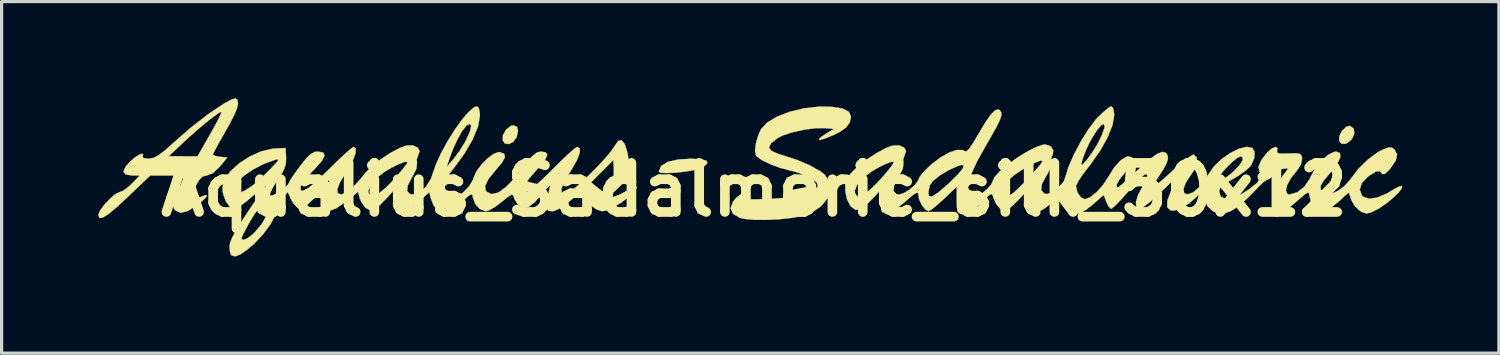
<source format=kicad_pcb>
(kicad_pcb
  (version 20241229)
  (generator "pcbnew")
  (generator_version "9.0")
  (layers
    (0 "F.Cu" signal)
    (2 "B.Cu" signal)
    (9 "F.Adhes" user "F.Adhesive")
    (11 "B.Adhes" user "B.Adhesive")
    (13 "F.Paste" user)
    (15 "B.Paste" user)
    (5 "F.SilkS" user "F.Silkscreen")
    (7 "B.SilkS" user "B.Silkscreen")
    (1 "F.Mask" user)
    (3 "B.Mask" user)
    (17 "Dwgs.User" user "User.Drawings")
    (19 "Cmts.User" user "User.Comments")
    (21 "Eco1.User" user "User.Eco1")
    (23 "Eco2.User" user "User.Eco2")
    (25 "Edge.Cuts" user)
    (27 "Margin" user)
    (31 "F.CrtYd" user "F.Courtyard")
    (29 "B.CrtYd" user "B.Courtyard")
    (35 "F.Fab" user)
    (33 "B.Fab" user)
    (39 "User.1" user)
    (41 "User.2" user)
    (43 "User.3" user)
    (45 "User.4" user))
  (footprint "Aqualius_Sadalmeric_silk_50x12"
    (layer "F.Cu")
    (at 20.369 2.843)
    (property "Reference" "Aqualius_Sadalmeric_silk_50x12" (at 0 0 0) (layer "F.SilkS") (effects (font (size 1.524 1.524) (thickness 0.3))))
    (attr through_hole)
    (fp_poly (pts (xy -7.361 -1.954) (xy -7.331 -1.82) (xy -7.375 -1.632) (xy -7.481 -1.492) (xy -7.614 -1.419) (xy -7.738 -1.438) (xy -7.806 -1.529) (xy -7.801 -1.692) (xy -7.705 -1.863) (xy -7.561 -1.98) (xy -7.478 -1.999) (xy -7.361 -1.954)) (stroke (width 0.01) (type solid)) (fill yes) (layer "F.SilkS"))
    (fp_poly (pts (xy 18.618 -1.902) (xy 18.643 -1.75) (xy 18.569 -1.578) (xy 18.545 -1.55) (xy 18.383 -1.428) (xy 18.244 -1.427) (xy 18.169 -1.519) (xy 18.175 -1.665) (xy 18.26 -1.828) (xy 18.384 -1.952) (xy 18.498 -1.985) (xy 18.618 -1.902)) (stroke (width 0.01) (type solid)) (fill yes) (layer "F.SilkS"))
    (fp_poly (pts (xy -1.649 -0.948) (xy -1.479 -0.902) (xy -1.451 -0.825) (xy -1.564 -0.716) (xy -1.587 -0.7) (xy -1.728 -0.644) (xy -1.951 -0.595) (xy -2.218 -0.554) (xy -2.49 -0.528) (xy -2.73 -0.518) (xy -2.9 -0.529) (xy -2.961 -0.563) (xy -2.888 -0.737) (xy -2.683 -0.864) (xy -2.354 -0.94) (xy -1.962 -0.963) (xy -1.649 -0.948)) (stroke (width 0.01) (type solid)) (fill yes) (layer "F.SilkS"))
    (fp_poly (pts (xy 2.417 -2.576) (xy 2.748 -2.521) (xy 2.943 -2.421) (xy 3.01 -2.269) (xy 2.971 -2.095) (xy 2.862 -1.938) (xy 2.656 -1.793) (xy 2.442 -1.689) (xy 2.187 -1.586) (xy 2.04 -1.547) (xy 2.009 -1.57) (xy 2.102 -1.653) (xy 2.24 -1.743) (xy 2.481 -1.888) (xy 2.222 -1.914) (xy 1.921 -1.913) (xy 1.563 -1.867) (xy 1.201 -1.788) (xy 0.892 -1.687) (xy 0.724 -1.602) (xy 0.523 -1.441) (xy 0.46 -1.312) (xy 0.539 -1.206) (xy 0.761 -1.109) (xy 0.866 -1.078) (xy 1.329 -0.928) (xy 1.74 -0.753) (xy 2.061 -0.571) (xy 2.19 -0.47) (xy 2.342 -0.245) (xy 2.367 0.007) (xy 2.279 0.264) (xy 2.09 0.501) (xy 1.813 0.695) (xy 1.508 0.81) (xy 1.181 0.872) (xy 0.794 0.914) (xy 0.391 0.935) (xy 0.015 0.933) (xy -0.29 0.906) (xy -0.444 0.871) (xy -0.657 0.744) (xy -0.729 0.575) (xy -0.659 0.375) (xy -0.564 0.261) (xy -0.419 0.144) (xy -0.286 0.079) (xy -0.197 0.07) (xy -0.184 0.124) (xy -0.23 0.195) (xy -0.262 0.247) (xy -0.241 0.279) (xy -0.145 0.296) (xy 0.047 0.298) (xy 0.357 0.29) (xy 0.521 0.284) (xy 1.058 0.243) (xy 1.483 0.168) (xy 1.786 0.062) (xy 1.956 -0.073) (xy 1.982 -0.127) (xy 1.943 -0.23) (xy 1.79 -0.348) (xy 1.553 -0.464) (xy 1.265 -0.563) (xy 1.113 -0.599) (xy 0.802 -0.682) (xy 0.499 -0.795) (xy 0.244 -0.919) (xy 0.081 -1.036) (xy 0.057 -1.065) (xy 0.029 -1.211) (xy 0.056 -1.436) (xy 0.127 -1.685) (xy 0.213 -1.877) (xy 0.406 -2.087) (xy 0.715 -2.272) (xy 1.108 -2.423) (xy 1.554 -2.529) (xy 2.022 -2.582) (xy 2.417 -2.576)) (stroke (width 0.01) (type solid)) (fill yes) (layer "F.SilkS"))
    (fp_poly (pts (xy -16.056 -2.805) (xy -16.043 -2.778) (xy -16.028 -2.672) (xy -16.059 -2.526) (xy -16.146 -2.318) (xy -16.298 -2.027) (xy -16.475 -1.714) (xy -16.623 -1.453) (xy -16.738 -1.242) (xy -16.802 -1.113) (xy -16.81 -1.09) (xy -16.745 -1.053) (xy -16.59 -1.023) (xy -16.586 -1.023) (xy -16.361 -1) (xy -16.591 -0.722) (xy -16.809 -0.514) (xy -17.001 -0.444) (xy -17.133 -0.411) (xy -17.247 -0.289) (xy -17.343 -0.113) (xy -17.441 0.127) (xy -17.446 0.257) (xy -17.354 0.282) (xy -17.208 0.231) (xy -17.04 0.169) (xy -16.991 0.185) (xy -17.059 0.275) (xy -17.242 0.432) (xy -17.301 0.477) (xy -17.585 0.659) (xy -17.803 0.716) (xy -17.965 0.648) (xy -18.022 0.576) (xy -18.053 0.468) (xy -18.02 0.31) (xy -17.914 0.066) (xy -17.9 0.038) (xy -17.795 -0.183) (xy -17.722 -0.346) (xy -17.699 -0.409) (xy -17.766 -0.426) (xy -17.945 -0.439) (xy -18.198 -0.444) (xy -18.226 -0.444) (xy -18.754 -0.444) (xy -19.451 0.222) (xy -19.794 0.541) (xy -20.049 0.753) (xy -20.224 0.863) (xy -20.326 0.877) (xy -20.364 0.799) (xy -20.364 0.778) (xy -20.313 0.649) (xy -20.184 0.473) (xy -20.016 0.291) (xy -19.848 0.145) (xy -19.718 0.075) (xy -19.704 0.074) (xy -19.581 0.024) (xy -19.413 -0.104) (xy -19.328 -0.185) (xy -19.076 -0.444) (xy -19.309 -0.444) (xy -19.514 -0.472) (xy -19.585 -0.559) (xy -19.524 -0.707) (xy -19.396 -0.858) (xy -19.243 -0.993) (xy -19.102 -1.085) (xy -19.001 -1.121) (xy -18.971 -1.087) (xy -18.994 -1.037) (xy -18.965 -0.985) (xy -18.82 -0.963) (xy -18.807 -0.963) (xy -18.66 -0.987) (xy -18.553 -1.042) (xy -18.18 -1.042) (xy -17.733 -1.039) (xy -17.285 -1.037) (xy -16.898 -1.714) (xy -16.741 -1.994) (xy -16.621 -2.224) (xy -16.551 -2.375) (xy -16.539 -2.42) (xy -16.611 -2.394) (xy -16.769 -2.285) (xy -16.99 -2.113) (xy -17.251 -1.895) (xy -17.531 -1.649) (xy -17.743 -1.453) (xy -18.18 -1.042) (xy -18.553 -1.042) (xy -18.495 -1.072) (xy -18.283 -1.235) (xy -18.08 -1.416) (xy -17.505 -1.919) (xy -16.961 -2.342) (xy -16.476 -2.666) (xy -16.43 -2.693) (xy -16.226 -2.803) (xy -16.112 -2.838) (xy -16.056 -2.805)) (stroke (width 0.01) (type solid)) (fill yes) (layer "F.SilkS"))
    (fp_poly (pts (xy -8.545 -2.524) (xy -8.517 -2.343) (xy -8.516 -2.294) (xy -8.573 -1.967) (xy -8.735 -1.571) (xy -8.992 -1.129) (xy -9.323 -0.676) (xy -9.498 -0.45) (xy -9.63 -0.266) (xy -9.697 -0.157) (xy -9.701 -0.143) (xy -9.661 0.037) (xy -9.565 0.201) (xy -9.451 0.292) (xy -9.423 0.296) (xy -9.248 0.238) (xy -9.045 0.093) (xy -8.86 -0.099) (xy -8.735 -0.296) (xy -8.713 -0.365) (xy -8.631 -0.559) (xy -8.476 -0.771) (xy -8.283 -0.968) (xy -8.089 -1.113) (xy -7.928 -1.172) (xy -7.906 -1.171) (xy -7.765 -1.12) (xy -7.737 -1.017) (xy -7.823 -0.851) (xy -8.026 -0.609) (xy -8.035 -0.6) (xy -8.257 -0.324) (xy -8.356 -0.107) (xy -8.331 0.045) (xy -8.182 0.126) (xy -8.135 0.134) (xy -7.938 0.086) (xy -7.691 -0.096) (xy -7.392 -0.415) (xy -7.089 -0.804) (xy -6.896 -1.039) (xy -6.741 -1.159) (xy -6.631 -1.185) (xy -6.476 -1.164) (xy -6.423 -1.093) (xy -6.475 -0.959) (xy -6.635 -0.75) (xy -6.778 -0.59) (xy -7.006 -0.327) (xy -7.127 -0.143) (xy -7.148 -0.024) (xy -7.076 0.047) (xy -7.05 0.057) (xy -6.97 0.017) (xy -6.808 -0.111) (xy -6.589 -0.31) (xy -6.332 -0.559) (xy -6.269 -0.624) (xy -6.006 -0.885) (xy -5.776 -1.103) (xy -5.6 -1.258) (xy -5.5 -1.33) (xy -5.489 -1.333) (xy -5.412 -1.278) (xy -5.422 -1.126) (xy -5.513 -0.896) (xy -5.681 -0.607) (xy -5.702 -0.575) (xy -5.898 -0.25) (xy -5.987 -0.024) (xy -5.968 0.108) (xy -5.852 0.148) (xy -5.75 0.097) (xy -5.573 -0.042) (xy -5.361 -0.231) (xy -5.062 -0.231) (xy -4.882 -0.081) (xy -4.729 0.037) (xy -4.631 0.058) (xy -4.536 -0.014) (xy -4.493 -0.059) (xy -4.399 -0.202) (xy -4.357 -0.39) (xy -4.356 -0.671) (xy -4.357 -0.703) (xy -4.369 -0.924) (xy -5.062 -0.231) (xy -5.361 -0.231) (xy -5.348 -0.243) (xy -5.098 -0.482) (xy -4.848 -0.736) (xy -4.622 -0.98) (xy -4.445 -1.19) (xy -4.341 -1.342) (xy -4.34 -1.345) (xy -4.222 -1.515) (xy -4.114 -1.539) (xy -4.017 -1.417) (xy -3.933 -1.15) (xy -3.926 -1.116) (xy -3.877 -0.74) (xy -3.924 -0.446) (xy -4.078 -0.194) (xy -4.285 0.003) (xy -4.427 0.141) (xy -4.45 0.215) (xy -4.368 0.222) (xy -4.197 0.163) (xy -3.95 0.034) (xy -3.95 0.034) (xy -3.74 -0.074) (xy -3.643 -0.09) (xy -3.664 -0.018) (xy -3.805 0.138) (xy -3.832 0.164) (xy -4.103 0.384) (xy -4.384 0.555) (xy -4.63 0.653) (xy -4.727 0.666) (xy -4.892 0.611) (xy -5.085 0.475) (xy -5.255 0.3) (xy -5.345 0.147) (xy -5.395 0.11) (xy -5.502 0.163) (xy -5.686 0.315) (xy -5.726 0.352) (xy -5.996 0.564) (xy -6.213 0.661) (xy -6.263 0.666) (xy -6.384 0.655) (xy -6.434 0.595) (xy -6.434 0.445) (xy -6.426 0.352) (xy -6.391 0.116) (xy -6.345 -0.077) (xy -6.332 -0.111) (xy -6.342 -0.134) (xy -6.426 -0.057) (xy -6.565 0.104) (xy -6.582 0.126) (xy -6.826 0.398) (xy -7.021 0.542) (xy -7.182 0.564) (xy -7.323 0.471) (xy -7.345 0.446) (xy -7.444 0.287) (xy -7.479 0.171) (xy -7.527 0.15) (xy -7.664 0.233) (xy -7.823 0.364) (xy -8.034 0.526) (xy -8.228 0.636) (xy -8.337 0.666) (xy -8.514 0.601) (xy -8.662 0.44) (xy -8.736 0.235) (xy -8.738 0.196) (xy -8.759 0.139) (xy -8.834 0.165) (xy -8.98 0.283) (xy -9.105 0.397) (xy -9.312 0.572) (xy -9.496 0.696) (xy -9.612 0.741) (xy -9.795 0.672) (xy -9.951 0.491) (xy -10.036 0.278) (xy -10.087 0.075) (xy -10.461 0.411) (xy -10.722 0.619) (xy -10.92 0.719) (xy -10.99 0.726) (xy -11.081 0.695) (xy -11.124 0.612) (xy -11.133 0.438) (xy -11.129 0.317) (xy -11.113 -0.069) (xy -11.382 0.229) (xy -11.619 0.472) (xy -11.797 0.602) (xy -11.937 0.628) (xy -12.063 0.563) (xy -12.07 0.556) (xy -12.196 0.385) (xy -12.252 0.249) (xy -12.298 0.065) (xy -12.679 0.369) (xy -12.968 0.571) (xy -13.176 0.651) (xy -13.306 0.609) (xy -13.359 0.445) (xy -13.361 0.37) (xy -13.34 0.147) (xy -13.297 -0.033) (xy -13.295 -0.037) (xy -13.311 -0.06) (xy -13.406 0.012) (xy -13.562 0.163) (xy -13.608 0.211) (xy -13.854 0.447) (xy -14.041 0.56) (xy -14.187 0.551) (xy -14.309 0.422) (xy -14.369 0.311) (xy -14.483 0.069) (xy -14.647 0.243) (xy -14.763 0.403) (xy -14.81 0.545) (xy -14.867 0.784) (xy -15.022 1.075) (xy -15.253 1.386) (xy -15.535 1.684) (xy -15.728 1.849) (xy -15.962 2.012) (xy -16.123 2.07) (xy -16.234 2.031) (xy -16.242 2.024) (xy -16.278 1.921) (xy -16.292 1.753) (xy -16.271 1.64) (xy -16.216 1.507) (xy -15.921 1.507) (xy -15.875 1.561) (xy -15.756 1.522) (xy -15.594 1.405) (xy -15.5 1.314) (xy -15.283 1.053) (xy -15.15 0.823) (xy -15.107 0.646) (xy -15.16 0.54) (xy -15.251 0.518) (xy -15.37 0.575) (xy -15.516 0.753) (xy -15.658 0.988) (xy -15.787 1.224) (xy -15.88 1.408) (xy -15.921 1.503) (xy -15.921 1.507) (xy -16.216 1.507) (xy -16.205 1.48) (xy -16.084 1.258) (xy -15.901 0.962) (xy -15.649 0.579) (xy -15.318 0.095) (xy -15.182 -0.101) (xy -15.181 -0.127) (xy -15.271 -0.065) (xy -15.434 0.073) (xy -15.538 0.167) (xy -15.768 0.362) (xy -15.972 0.51) (xy -16.117 0.587) (xy -16.146 0.592) (xy -16.284 0.526) (xy -16.407 0.355) (xy -16.491 0.123) (xy -16.5 0.051) (xy -16.217 0.051) (xy -16.164 0.125) (xy -16.023 0.116) (xy -15.823 0.032) (xy -15.592 -0.118) (xy -15.555 -0.147) (xy -15.347 -0.327) (xy -15.111 -0.552) (xy -14.996 -0.669) (xy -14.837 -0.839) (xy -14.776 -0.925) (xy -14.802 -0.946) (xy -14.885 -0.928) (xy -15.229 -0.802) (xy -15.562 -0.629) (xy -15.853 -0.429) (xy -16.076 -0.223) (xy -16.201 -0.032) (xy -16.217 0.051) (xy -16.5 0.051) (xy -16.514 -0.07) (xy -16.446 -0.316) (xy -16.263 -0.572) (xy -15.994 -0.818) (xy -15.667 -1.031) (xy -15.312 -1.19) (xy -14.958 -1.274) (xy -14.877 -1.281) (xy -14.551 -1.296) (xy -14.534 -1) (xy -14.541 -0.806) (xy -14.602 -0.621) (xy -14.735 -0.393) (xy -14.811 -0.282) (xy -14.951 -0.062) (xy -15.03 0.104) (xy -15.033 0.185) (xy -15.033 0.185) (xy -14.939 0.17) (xy -14.785 0.087) (xy -14.619 -0.029) (xy -14.488 -0.145) (xy -14.44 -0.224) (xy -14.399 -0.307) (xy -14.289 -0.474) (xy -14.132 -0.691) (xy -14.101 -0.733) (xy -13.91 -0.973) (xy -13.767 -1.112) (xy -13.643 -1.174) (xy -13.545 -1.185) (xy -13.381 -1.155) (xy -13.338 -1.062) (xy -13.419 -0.902) (xy -13.623 -0.669) (xy -13.694 -0.598) (xy -13.883 -0.399) (xy -14.023 -0.223) (xy -14.083 -0.111) (xy -14.079 0.016) (xy -14 0.036) (xy -13.842 -0.053) (xy -13.601 -0.253) (xy -13.594 -0.259) (xy -13.255 -0.259) (xy -13.218 -0.222) (xy -13.181 -0.259) (xy -13.218 -0.296) (xy -13.255 -0.259) (xy -13.594 -0.259) (xy -13.272 -0.566) (xy -13.215 -0.623) (xy -12.95 -0.884) (xy -12.72 -1.101) (xy -12.545 -1.256) (xy -12.447 -1.33) (xy -12.437 -1.333) (xy -12.369 -1.277) (xy -12.38 -1.125) (xy -12.465 -0.9) (xy -12.617 -0.626) (xy -12.663 -0.555) (xy -12.856 -0.238) (xy -12.945 -0.019) (xy -12.931 0.108) (xy -12.819 0.148) (xy -12.659 0.086) (xy -12.592 0.03) (xy -11.98 0.03) (xy -11.97 0.111) (xy -11.91 0.202) (xy -11.814 0.203) (xy -11.651 0.108) (xy -11.572 0.052) (xy -11.431 -0.07) (xy -11.257 -0.245) (xy -11.076 -0.443) (xy -10.916 -0.633) (xy -10.803 -0.783) (xy -10.765 -0.864) (xy -10.767 -0.868) (xy -10.856 -0.864) (xy -11.033 -0.797) (xy -11.263 -0.682) (xy -11.473 -0.559) (xy -11.73 -0.361) (xy -11.906 -0.156) (xy -11.98 0.03) (xy -12.592 0.03) (xy -12.447 -0.09) (xy -12.199 -0.363) (xy -12.074 -0.522) (xy -11.885 -0.717) (xy -11.614 -0.933) (xy -11.308 -1.135) (xy -11.016 -1.293) (xy -10.8 -1.373) (xy -10.6 -1.377) (xy -10.451 -1.312) (xy -10.386 -1.203) (xy -10.426 -1.092) (xy -10.477 -0.944) (xy -10.469 -0.837) (xy -10.487 -0.658) (xy -10.606 -0.415) (xy -10.629 -0.38) (xy -10.757 -0.134) (xy -10.776 0.042) (xy -10.686 0.136) (xy -10.602 0.148) (xy -10.388 0.081) (xy -10.186 -0.096) (xy -10.034 -0.346) (xy -9.992 -0.467) (xy -9.91 -0.703) (xy -9.55 -0.703) (xy -9.327 -0.963) (xy -9.157 -1.19) (xy -8.986 -1.466) (xy -8.923 -1.584) (xy -8.819 -1.827) (xy -8.787 -1.986) (xy -8.825 -2.046) (xy -8.933 -1.992) (xy -8.935 -1.989) (xy -9.057 -1.839) (xy -9.201 -1.589) (xy -9.344 -1.281) (xy -9.448 -1.007) (xy -9.55 -0.703) (xy -9.91 -0.703) (xy -9.883 -0.781) (xy -9.723 -1.133) (xy -9.526 -1.495) (xy -9.31 -1.843) (xy -9.091 -2.152) (xy -8.886 -2.396) (xy -8.711 -2.55) (xy -8.603 -2.592) (xy -8.545 -2.524)) (stroke (width 0.01) (type solid)) (fill yes) (layer "F.SilkS"))
    (fp_poly (pts (xy 11.154 -2.524) (xy 11.181 -2.346) (xy 11.182 -2.307) (xy 11.129 -2.004) (xy 10.98 -1.631) (xy 10.749 -1.217) (xy 10.45 -0.791) (xy 10.37 -0.689) (xy 10.194 -0.458) (xy 10.063 -0.259) (xy 9.999 -0.127) (xy 9.997 -0.11) (xy 10.042 0.087) (xy 10.151 0.24) (xy 10.277 0.294) (xy 10.438 0.233) (xy 10.635 0.076) (xy 10.832 -0.143) (xy 10.995 -0.39) (xy 10.996 -0.392) (xy 11.189 -0.699) (xy 11.389 -0.919) (xy 11.574 -1.029) (xy 11.629 -1.037) (xy 11.751 -0.995) (xy 11.754 -0.873) (xy 11.64 -0.678) (xy 11.515 -0.528) (xy 11.343 -0.315) (xy 11.26 -0.16) (xy 11.273 -0.08) (xy 11.303 -0.074) (xy 11.373 -0.122) (xy 11.525 -0.253) (xy 11.735 -0.444) (xy 11.932 -0.629) (xy 12.257 -0.923) (xy 12.502 -1.104) (xy 12.677 -1.176) (xy 12.792 -1.145) (xy 12.84 -1.068) (xy 12.853 -0.966) (xy 12.812 -0.828) (xy 12.706 -0.63) (xy 12.522 -0.344) (xy 12.489 -0.296) (xy 12.391 -0.144) (xy 12.354 -0.065) (xy 12.388 -0.065) (xy 12.501 -0.15) (xy 12.703 -0.324) (xy 13.002 -0.593) (xy 13.063 -0.649) (xy 13.294 -0.85) (xy 13.49 -1.001) (xy 13.621 -1.082) (xy 13.656 -1.089) (xy 13.748 -0.993) (xy 13.747 -0.819) (xy 13.658 -0.599) (xy 13.557 -0.451) (xy 13.403 -0.216) (xy 13.335 -0.022) (xy 13.357 0.106) (xy 13.459 0.145) (xy 13.64 0.078) (xy 13.842 -0.095) (xy 14.032 -0.343) (xy 14.052 -0.379) (xy 14.44 -0.379) (xy 14.48 -0.302) (xy 14.601 -0.34) (xy 14.806 -0.495) (xy 14.884 -0.564) (xy 15.073 -0.76) (xy 15.17 -0.917) (xy 15.167 -1.014) (xy 15.098 -1.037) (xy 14.998 -0.986) (xy 14.843 -0.858) (xy 14.674 -0.693) (xy 14.529 -0.529) (xy 14.447 -0.405) (xy 14.44 -0.379) (xy 14.052 -0.379) (xy 14.105 -0.472) (xy 14.276 -0.719) (xy 14.513 -0.948) (xy 14.784 -1.139) (xy 15.057 -1.274) (xy 15.299 -1.333) (xy 15.472 -1.299) (xy 15.543 -1.177) (xy 15.533 -0.988) (xy 15.447 -0.783) (xy 15.406 -0.724) (xy 15.261 -0.589) (xy 15.037 -0.433) (xy 14.851 -0.325) (xy 14.604 -0.181) (xy 14.475 -0.06) (xy 14.44 0.051) (xy 14.493 0.214) (xy 14.639 0.281) (xy 14.862 0.253) (xy 15.144 0.131) (xy 15.38 -0.019) (xy 15.623 -0.217) (xy 15.735 -0.377) (xy 15.726 -0.514) (xy 15.695 -0.56) (xy 15.664 -0.709) (xy 15.753 -0.921) (xy 15.943 -1.166) (xy 16.085 -1.287) (xy 16.2 -1.331) (xy 16.255 -1.292) (xy 16.243 -1.219) (xy 16.24 -1.153) (xy 16.316 -1.124) (xy 16.5 -1.122) (xy 16.597 -1.126) (xy 16.828 -1.133) (xy 16.951 -1.113) (xy 17.003 -1.05) (xy 17.02 -0.973) (xy 16.98 -0.773) (xy 16.862 -0.603) (xy 16.673 -0.366) (xy 16.555 -0.148) (xy 16.515 0.026) (xy 16.561 0.13) (xy 16.632 0.148) (xy 16.867 0.081) (xy 17.091 -0.097) (xy 17.263 -0.351) (xy 17.291 -0.417) (xy 17.425 -0.666) (xy 17.615 -0.9) (xy 17.825 -1.082) (xy 18.019 -1.178) (xy 18.071 -1.185) (xy 18.194 -1.14) (xy 18.205 -1.011) (xy 18.108 -0.809) (xy 17.906 -0.544) (xy 17.88 -0.514) (xy 17.686 -0.281) (xy 17.594 -0.122) (xy 17.597 -0.009) (xy 17.688 0.084) (xy 17.717 0.103) (xy 17.885 0.129) (xy 18.099 0.054) (xy 18.321 -0.1) (xy 18.512 -0.312) (xy 18.537 -0.35) (xy 18.772 -0.655) (xy 19.066 -0.941) (xy 19.37 -1.167) (xy 19.537 -1.253) (xy 19.713 -1.314) (xy 19.821 -1.301) (xy 19.896 -1.241) (xy 19.97 -1.095) (xy 19.927 -0.909) (xy 19.762 -0.666) (xy 19.731 -0.629) (xy 19.589 -0.493) (xy 19.51 -0.487) (xy 19.502 -0.5) (xy 19.428 -0.581) (xy 19.3 -0.561) (xy 19.098 -0.434) (xy 19.057 -0.404) (xy 18.872 -0.206) (xy 18.809 -0.003) (xy 18.875 0.177) (xy 18.921 0.222) (xy 19.098 0.28) (xy 19.351 0.243) (xy 19.647 0.119) (xy 19.796 0.03) (xy 19.974 -0.073) (xy 20.098 -0.12) (xy 20.125 -0.116) (xy 20.11 -0.037) (xy 20.003 0.098) (xy 19.831 0.263) (xy 19.625 0.43) (xy 19.414 0.573) (xy 19.355 0.606) (xy 19.153 0.705) (xy 19.021 0.736) (xy 18.904 0.704) (xy 18.828 0.664) (xy 18.656 0.509) (xy 18.554 0.331) (xy 18.5 0.171) (xy 18.471 0.091) (xy 18.47 0.09) (xy 18.417 0.125) (xy 18.293 0.237) (xy 18.202 0.326) (xy 17.922 0.554) (xy 17.679 0.647) (xy 17.478 0.602) (xy 17.39 0.521) (xy 17.289 0.351) (xy 17.254 0.214) (xy 17.242 0.111) (xy 17.192 0.089) (xy 17.083 0.156) (xy 16.895 0.318) (xy 16.838 0.37) (xy 16.609 0.564) (xy 16.445 0.651) (xy 16.318 0.642) (xy 16.232 0.578) (xy 16.153 0.401) (xy 16.162 0.151) (xy 16.251 -0.137) (xy 16.41 -0.426) (xy 16.504 -0.548) (xy 16.575 -0.642) (xy 16.547 -0.668) (xy 16.397 -0.645) (xy 16.386 -0.643) (xy 16.216 -0.573) (xy 16.001 -0.412) (xy 15.723 -0.148) (xy 15.612 -0.033) (xy 15.282 0.299) (xy 15.018 0.527) (xy 14.798 0.666) (xy 14.6 0.731) (xy 14.481 0.741) (xy 14.258 0.675) (xy 14.081 0.51) (xy 13.997 0.292) (xy 13.996 0.259) (xy 13.973 0.111) (xy 13.897 0.091) (xy 13.758 0.199) (xy 13.709 0.25) (xy 13.502 0.428) (xy 13.271 0.568) (xy 13.061 0.644) (xy 12.932 0.643) (xy 12.83 0.54) (xy 12.833 0.344) (xy 12.943 0.053) (xy 13.044 -0.139) (xy 13.276 -0.555) (xy 12.69 0.019) (xy 12.442 0.251) (xy 12.221 0.438) (xy 12.054 0.559) (xy 11.976 0.592) (xy 11.872 0.537) (xy 11.856 0.387) (xy 11.924 0.165) (xy 12.032 -0.037) (xy 12.161 -0.272) (xy 12.213 -0.428) (xy 12.186 -0.489) (xy 12.117 -0.467) (xy 12.024 -0.386) (xy 11.865 -0.222) (xy 11.668 -0.004) (xy 11.584 0.093) (xy 11.386 0.315) (xy 11.219 0.487) (xy 11.11 0.582) (xy 11.087 0.592) (xy 11.018 0.531) (xy 10.941 0.382) (xy 10.939 0.376) (xy 10.858 0.16) (xy 10.528 0.45) (xy 10.328 0.608) (xy 10.153 0.713) (xy 10.066 0.741) (xy 9.879 0.673) (xy 9.726 0.493) (xy 9.65 0.282) (xy 9.606 0.064) (xy 9.339 0.319) (xy 9.031 0.577) (xy 8.784 0.706) (xy 8.611 0.708) (xy 8.544 0.649) (xy 8.522 0.521) (xy 8.54 0.289) (xy 8.584 -0.085) (xy 8.232 0.291) (xy 8.044 0.479) (xy 7.888 0.613) (xy 7.797 0.666) (xy 7.796 0.666) (xy 7.655 0.603) (xy 7.52 0.446) (xy 7.434 0.251) (xy 7.404 0.156) (xy 7.361 0.131) (xy 7.277 0.186) (xy 7.126 0.333) (xy 7.056 0.404) (xy 6.821 0.616) (xy 6.633 0.721) (xy 6.509 0.741) (xy 6.388 0.733) (xy 6.324 0.688) (xy 6.299 0.569) (xy 6.294 0.339) (xy 6.294 0.322) (xy 6.294 -0.096) (xy 5.892 0.285) (xy 5.688 0.47) (xy 5.52 0.605) (xy 5.421 0.665) (xy 5.414 0.666) (xy 5.311 0.606) (xy 5.202 0.462) (xy 5.124 0.293) (xy 5.11 0.206) (xy 5.099 0.112) (xy 5.062 0.093) (xy 5.41 0.093) (xy 5.435 0.203) (xy 5.535 0.202) (xy 5.714 0.089) (xy 5.981 -0.138) (xy 6.055 -0.206) (xy 6.321 -0.467) (xy 6.474 -0.65) (xy 6.513 -0.753) (xy 6.435 -0.771) (xy 6.325 -0.738) (xy 6.032 -0.604) (xy 5.765 -0.442) (xy 5.56 -0.278) (xy 5.455 -0.138) (xy 5.452 -0.127) (xy 5.41 0.093) (xy 5.062 0.093) (xy 5.054 0.089) (xy 4.954 0.146) (xy 4.779 0.292) (xy 4.65 0.407) (xy 4.36 0.635) (xy 4.141 0.734) (xy 3.993 0.703) (xy 3.959 0.661) (xy 3.939 0.545) (xy 3.948 0.344) (xy 3.96 0.248) (xy 4.01 -0.087) (xy 3.733 0.22) (xy 3.551 0.407) (xy 3.385 0.553) (xy 3.311 0.604) (xy 3.147 0.622) (xy 3 0.514) (xy 2.887 0.302) (xy 2.835 0.06) (xy 2.834 0.03) (xy 3.127 0.03) (xy 3.137 0.111) (xy 3.197 0.202) (xy 3.293 0.203) (xy 3.456 0.108) (xy 3.535 0.052) (xy 3.676 -0.07) (xy 3.85 -0.245) (xy 4.031 -0.443) (xy 4.191 -0.633) (xy 4.304 -0.783) (xy 4.342 -0.864) (xy 4.34 -0.868) (xy 4.251 -0.864) (xy 4.073 -0.797) (xy 3.844 -0.682) (xy 3.634 -0.559) (xy 3.376 -0.361) (xy 3.2 -0.156) (xy 3.127 0.03) (xy 2.834 0.03) (xy 2.827 -0.173) (xy 2.883 -0.346) (xy 3.009 -0.516) (xy 3.218 -0.72) (xy 3.5 -0.939) (xy 3.809 -1.141) (xy 4.099 -1.297) (xy 4.307 -1.373) (xy 4.507 -1.377) (xy 4.656 -1.312) (xy 4.72 -1.203) (xy 4.681 -1.092) (xy 4.63 -0.944) (xy 4.638 -0.837) (xy 4.619 -0.658) (xy 4.5 -0.415) (xy 4.478 -0.38) (xy 4.349 -0.133) (xy 4.331 0.043) (xy 4.423 0.136) (xy 4.509 0.148) (xy 4.659 0.101) (xy 4.84 -0.014) (xy 5.003 -0.158) (xy 5.1 -0.293) (xy 5.11 -0.333) (xy 5.161 -0.429) (xy 5.297 -0.586) (xy 5.487 -0.77) (xy 5.773 -0.993) (xy 6.053 -1.152) (xy 6.298 -1.236) (xy 6.479 -1.232) (xy 6.532 -1.199) (xy 6.594 -1.191) (xy 6.685 -1.278) (xy 6.818 -1.476) (xy 6.941 -1.687) (xy 7.168 -2.069) (xy 7.345 -2.325) (xy 7.481 -2.464) (xy 7.584 -2.496) (xy 7.634 -2.467) (xy 7.677 -2.399) (xy 7.678 -2.302) (xy 7.629 -2.156) (xy 7.521 -1.939) (xy 7.347 -1.629) (xy 7.228 -1.427) (xy 6.926 -0.884) (xy 6.721 -0.441) (xy 6.613 -0.102) (xy 6.603 0.133) (xy 6.692 0.261) (xy 6.75 0.281) (xy 6.876 0.247) (xy 7.05 0.137) (xy 7.172 0.035) (xy 7.7 0.035) (xy 7.751 0.173) (xy 7.824 0.214) (xy 7.92 0.192) (xy 8.059 0.093) (xy 8.26 -0.095) (xy 8.46 -0.299) (xy 8.674 -0.529) (xy 8.842 -0.723) (xy 8.942 -0.855) (xy 8.96 -0.893) (xy 8.905 -0.908) (xy 8.76 -0.857) (xy 8.557 -0.758) (xy 8.331 -0.627) (xy 8.114 -0.481) (xy 7.963 -0.363) (xy 7.772 -0.151) (xy 7.7 0.035) (xy 7.172 0.035) (xy 7.227 -0.01) (xy 7.36 -0.157) (xy 7.405 -0.257) (xy 7.467 -0.393) (xy 7.632 -0.573) (xy 7.869 -0.775) (xy 8.15 -0.98) (xy 8.445 -1.165) (xy 8.722 -1.31) (xy 8.953 -1.394) (xy 9.044 -1.406) (xy 9.199 -1.357) (xy 9.289 -1.239) (xy 9.28 -1.106) (xy 9.264 -1.083) (xy 9.215 -0.933) (xy 9.227 -0.859) (xy 9.216 -0.718) (xy 9.121 -0.51) (xy 9.076 -0.437) (xy 8.936 -0.174) (xy 8.914 0.013) (xy 9.011 0.116) (xy 9.077 0.133) (xy 9.273 0.095) (xy 9.468 -0.046) (xy 9.616 -0.251) (xy 9.665 -0.39) (xy 9.763 -0.706) (xy 9.794 -0.777) (xy 10.16 -0.777) (xy 10.183 -0.765) (xy 10.272 -0.859) (xy 10.331 -0.926) (xy 10.483 -1.129) (xy 10.643 -1.385) (xy 10.705 -1.497) (xy 10.808 -1.719) (xy 10.874 -1.903) (xy 10.886 -1.971) (xy 10.857 -2.044) (xy 10.78 -2.006) (xy 10.67 -1.88) (xy 10.543 -1.689) (xy 10.413 -1.458) (xy 10.296 -1.209) (xy 10.206 -0.966) (xy 10.184 -0.889) (xy 10.16 -0.777) (xy 9.794 -0.777) (xy 9.93 -1.088) (xy 10.142 -1.49) (xy 10.372 -1.863) (xy 10.596 -2.162) (xy 10.654 -2.226) (xy 10.844 -2.41) (xy 11.002 -2.542) (xy 11.094 -2.592) (xy 11.094 -2.592) (xy 11.154 -2.524)) (stroke (width 0.01) (type solid)) (fill yes) (layer "F.SilkS")))
  (gr_rect
    (start -3 -3)
    (end 43.5 7.918)
    (stroke (width 0.1) (type default))
    (fill no)
    (layer "Edge.Cuts")))
</source>
